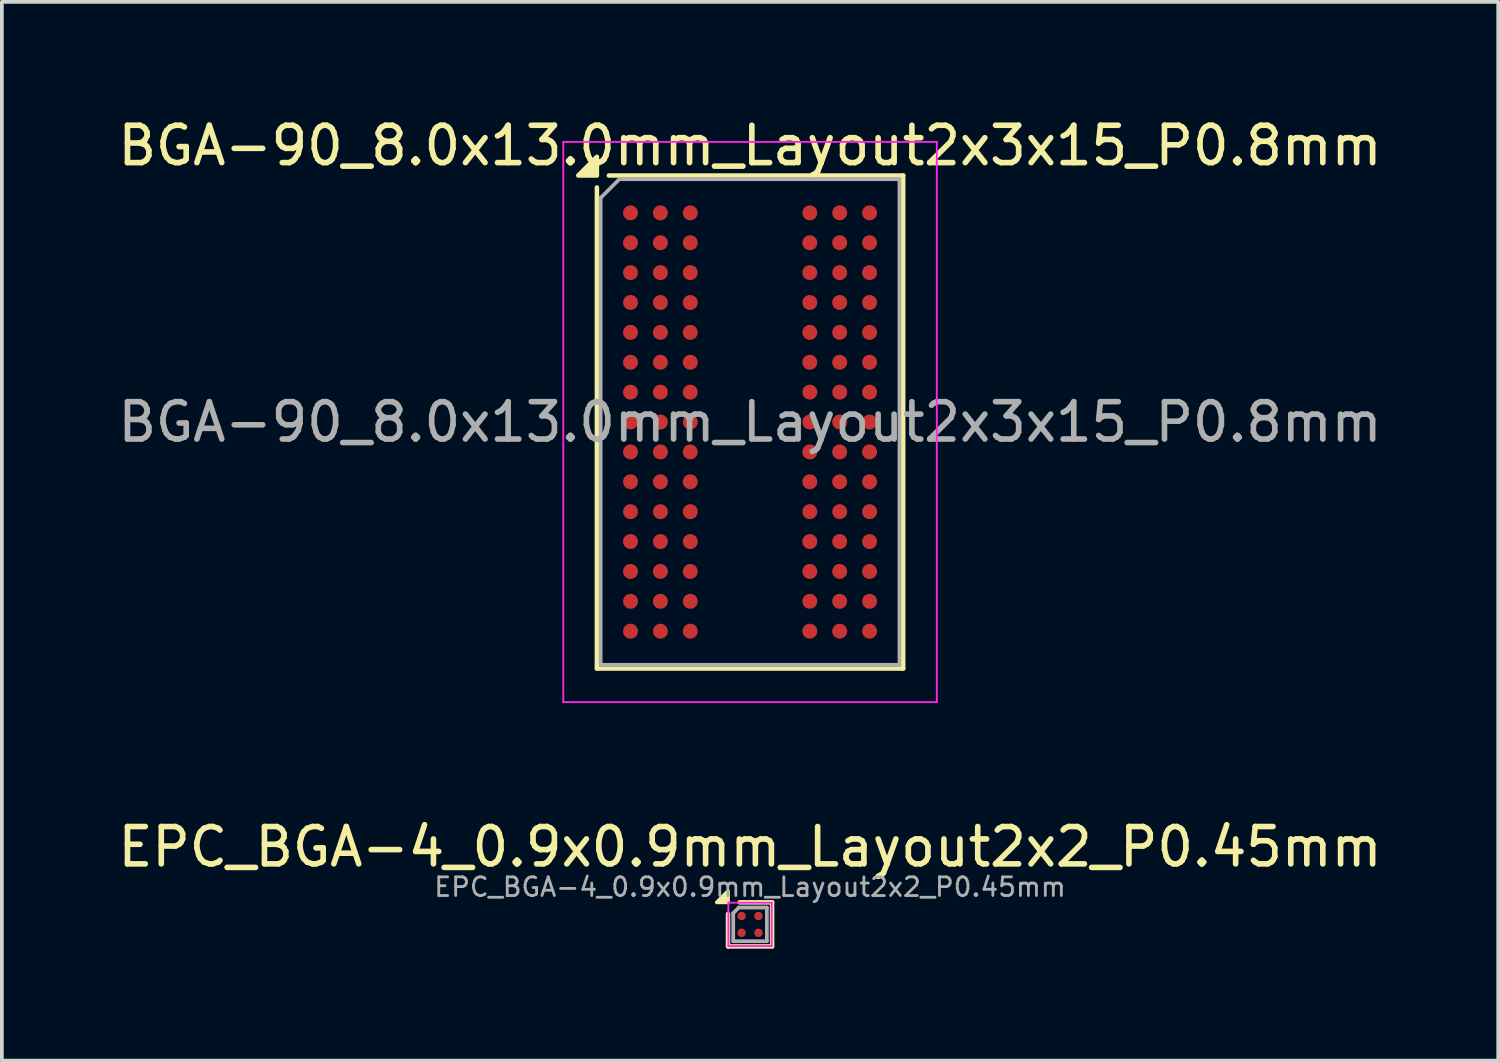
<source format=kicad_pcb>
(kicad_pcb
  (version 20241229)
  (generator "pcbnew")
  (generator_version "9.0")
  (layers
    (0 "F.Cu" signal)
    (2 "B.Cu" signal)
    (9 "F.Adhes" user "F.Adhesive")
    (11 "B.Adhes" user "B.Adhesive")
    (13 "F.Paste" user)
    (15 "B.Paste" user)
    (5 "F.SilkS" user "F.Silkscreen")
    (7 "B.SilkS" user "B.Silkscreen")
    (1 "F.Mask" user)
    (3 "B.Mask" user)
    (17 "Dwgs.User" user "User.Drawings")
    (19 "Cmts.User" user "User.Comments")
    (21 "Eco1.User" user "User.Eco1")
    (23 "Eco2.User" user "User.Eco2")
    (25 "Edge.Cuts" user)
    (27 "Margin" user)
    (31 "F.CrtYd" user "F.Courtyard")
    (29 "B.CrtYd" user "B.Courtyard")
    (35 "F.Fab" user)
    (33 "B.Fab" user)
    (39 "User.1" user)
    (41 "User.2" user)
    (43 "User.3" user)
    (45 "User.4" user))
  (footprint "BGA-90_8.0x13.0mm_Layout2x3x15_P0.8mm"
    (layer "F.Cu")
    (at 17.03 8.248)
    (property "Reference" "BGA-90_8.0x13.0mm_Layout2x3x15_P0.8mm" (at 0 -7.4 0) (layer "F.SilkS") (effects (font (size 1 1) (thickness 0.15))))
    (attr smd)
    (fp_line (start -4.1 -6.28) (end -4.1 6.6) (stroke (width 0.12) (type solid)) (layer "F.SilkS"))
    (fp_line (start -4.1 6.6) (end 4.1 6.6) (stroke (width 0.12) (type solid)) (layer "F.SilkS"))
    (fp_line (start 4.1 -6.6) (end -3.78 -6.6) (stroke (width 0.12) (type solid)) (layer "F.SilkS"))
    (fp_line (start 4.1 6.6) (end 4.1 -6.6) (stroke (width 0.12) (type solid)) (layer "F.SilkS"))
    (fp_poly (pts (xy -4.1 -6.6) (xy -4.6 -6.6) (xy -4.1 -7.1) (xy -4.1 -6.6)) (stroke (width 0.12) (type solid)) (fill yes) (layer "F.SilkS"))
    (fp_line (start -5 -7.5) (end -5 7.5) (stroke (width 0.05) (type solid)) (layer "F.CrtYd"))
    (fp_line (start -5 -7.5) (end 5 -7.5) (stroke (width 0.05) (type solid)) (layer "F.CrtYd"))
    (fp_line (start 5 7.5) (end -5 7.5) (stroke (width 0.05) (type solid)) (layer "F.CrtYd"))
    (fp_line (start 5 7.5) (end 5 -7.5) (stroke (width 0.05) (type solid)) (layer "F.CrtYd"))
    (fp_line (start -4 -6) (end -4 6.5) (stroke (width 0.1) (type solid)) (layer "F.Fab"))
    (fp_line (start -4 6.5) (end 4 6.5) (stroke (width 0.1) (type solid)) (layer "F.Fab"))
    (fp_line (start -3.5 -6.5) (end -4 -6) (stroke (width 0.1) (type solid)) (layer "F.Fab"))
    (fp_line (start 4 -6.5) (end -3.5 -6.5) (stroke (width 0.1) (type solid)) (layer "F.Fab"))
    (fp_line (start 4 6.5) (end 4 -6.5) (stroke (width 0.1) (type solid)) (layer "F.Fab"))
    (fp_text user "${REFERENCE}" (at 0 0 0) (layer "F.Fab") (effects (font (size 1 1) (thickness 0.15))))
    (pad "A1" smd circle (at -3.2 -5.6) (size 0.4 0.4) (property pad_prop_bga) (layers "F.Cu" "F.Mask" "F.Paste"))
    (pad "A2" smd circle (at -2.4 -5.6) (size 0.4 0.4) (property pad_prop_bga) (layers "F.Cu" "F.Mask" "F.Paste"))
    (pad "A3" smd circle (at -1.6 -5.6) (size 0.4 0.4) (property pad_prop_bga) (layers "F.Cu" "F.Mask" "F.Paste"))
    (pad "A7" smd circle (at 1.6 -5.6) (size 0.4 0.4) (property pad_prop_bga) (layers "F.Cu" "F.Mask" "F.Paste"))
    (pad "A8" smd circle (at 2.4 -5.6) (size 0.4 0.4) (property pad_prop_bga) (layers "F.Cu" "F.Mask" "F.Paste"))
    (pad "A9" smd circle (at 3.2 -5.6) (size 0.4 0.4) (property pad_prop_bga) (layers "F.Cu" "F.Mask" "F.Paste"))
    (pad "B1" smd circle (at -3.2 -4.8) (size 0.4 0.4) (property pad_prop_bga) (layers "F.Cu" "F.Mask" "F.Paste"))
    (pad "B2" smd circle (at -2.4 -4.8) (size 0.4 0.4) (property pad_prop_bga) (layers "F.Cu" "F.Mask" "F.Paste"))
    (pad "B3" smd circle (at -1.6 -4.8) (size 0.4 0.4) (property pad_prop_bga) (layers "F.Cu" "F.Mask" "F.Paste"))
    (pad "B7" smd circle (at 1.6 -4.8) (size 0.4 0.4) (property pad_prop_bga) (layers "F.Cu" "F.Mask" "F.Paste"))
    (pad "B8" smd circle (at 2.4 -4.8) (size 0.4 0.4) (property pad_prop_bga) (layers "F.Cu" "F.Mask" "F.Paste"))
    (pad "B9" smd circle (at 3.2 -4.8) (size 0.4 0.4) (property pad_prop_bga) (layers "F.Cu" "F.Mask" "F.Paste"))
    (pad "C1" smd circle (at -3.2 -4) (size 0.4 0.4) (property pad_prop_bga) (layers "F.Cu" "F.Mask" "F.Paste"))
    (pad "C2" smd circle (at -2.4 -4) (size 0.4 0.4) (property pad_prop_bga) (layers "F.Cu" "F.Mask" "F.Paste"))
    (pad "C3" smd circle (at -1.6 -4) (size 0.4 0.4) (property pad_prop_bga) (layers "F.Cu" "F.Mask" "F.Paste"))
    (pad "C7" smd circle (at 1.6 -4) (size 0.4 0.4) (property pad_prop_bga) (layers "F.Cu" "F.Mask" "F.Paste"))
    (pad "C8" smd circle (at 2.4 -4) (size 0.4 0.4) (property pad_prop_bga) (layers "F.Cu" "F.Mask" "F.Paste"))
    (pad "C9" smd circle (at 3.2 -4) (size 0.4 0.4) (property pad_prop_bga) (layers "F.Cu" "F.Mask" "F.Paste"))
    (pad "D1" smd circle (at -3.2 -3.2) (size 0.4 0.4) (property pad_prop_bga) (layers "F.Cu" "F.Mask" "F.Paste"))
    (pad "D2" smd circle (at -2.4 -3.2) (size 0.4 0.4) (property pad_prop_bga) (layers "F.Cu" "F.Mask" "F.Paste"))
    (pad "D3" smd circle (at -1.6 -3.2) (size 0.4 0.4) (property pad_prop_bga) (layers "F.Cu" "F.Mask" "F.Paste"))
    (pad "D7" smd circle (at 1.6 -3.2) (size 0.4 0.4) (property pad_prop_bga) (layers "F.Cu" "F.Mask" "F.Paste"))
    (pad "D8" smd circle (at 2.4 -3.2) (size 0.4 0.4) (property pad_prop_bga) (layers "F.Cu" "F.Mask" "F.Paste"))
    (pad "D9" smd circle (at 3.2 -3.2) (size 0.4 0.4) (property pad_prop_bga) (layers "F.Cu" "F.Mask" "F.Paste"))
    (pad "E1" smd circle (at -3.2 -2.4) (size 0.4 0.4) (property pad_prop_bga) (layers "F.Cu" "F.Mask" "F.Paste"))
    (pad "E2" smd circle (at -2.4 -2.4) (size 0.4 0.4) (property pad_prop_bga) (layers "F.Cu" "F.Mask" "F.Paste"))
    (pad "E3" smd circle (at -1.6 -2.4) (size 0.4 0.4) (property pad_prop_bga) (layers "F.Cu" "F.Mask" "F.Paste"))
    (pad "E7" smd circle (at 1.6 -2.4) (size 0.4 0.4) (property pad_prop_bga) (layers "F.Cu" "F.Mask" "F.Paste"))
    (pad "E8" smd circle (at 2.4 -2.4) (size 0.4 0.4) (property pad_prop_bga) (layers "F.Cu" "F.Mask" "F.Paste"))
    (pad "E9" smd circle (at 3.2 -2.4) (size 0.4 0.4) (property pad_prop_bga) (layers "F.Cu" "F.Mask" "F.Paste"))
    (pad "F1" smd circle (at -3.2 -1.6) (size 0.4 0.4) (property pad_prop_bga) (layers "F.Cu" "F.Mask" "F.Paste"))
    (pad "F2" smd circle (at -2.4 -1.6) (size 0.4 0.4) (property pad_prop_bga) (layers "F.Cu" "F.Mask" "F.Paste"))
    (pad "F3" smd circle (at -1.6 -1.6) (size 0.4 0.4) (property pad_prop_bga) (layers "F.Cu" "F.Mask" "F.Paste"))
    (pad "F7" smd circle (at 1.6 -1.6) (size 0.4 0.4) (property pad_prop_bga) (layers "F.Cu" "F.Mask" "F.Paste"))
    (pad "F8" smd circle (at 2.4 -1.6) (size 0.4 0.4) (property pad_prop_bga) (layers "F.Cu" "F.Mask" "F.Paste"))
    (pad "F9" smd circle (at 3.2 -1.6) (size 0.4 0.4) (property pad_prop_bga) (layers "F.Cu" "F.Mask" "F.Paste"))
    (pad "G1" smd circle (at -3.2 -0.8) (size 0.4 0.4) (property pad_prop_bga) (layers "F.Cu" "F.Mask" "F.Paste"))
    (pad "G2" smd circle (at -2.4 -0.8) (size 0.4 0.4) (property pad_prop_bga) (layers "F.Cu" "F.Mask" "F.Paste"))
    (pad "G3" smd circle (at -1.6 -0.8) (size 0.4 0.4) (property pad_prop_bga) (layers "F.Cu" "F.Mask" "F.Paste"))
    (pad "G7" smd circle (at 1.6 -0.8) (size 0.4 0.4) (property pad_prop_bga) (layers "F.Cu" "F.Mask" "F.Paste"))
    (pad "G8" smd circle (at 2.4 -0.8) (size 0.4 0.4) (property pad_prop_bga) (layers "F.Cu" "F.Mask" "F.Paste"))
    (pad "G9" smd circle (at 3.2 -0.8) (size 0.4 0.4) (property pad_prop_bga) (layers "F.Cu" "F.Mask" "F.Paste"))
    (pad "H1" smd circle (at -3.2 0) (size 0.4 0.4) (property pad_prop_bga) (layers "F.Cu" "F.Mask" "F.Paste"))
    (pad "H2" smd circle (at -2.4 0) (size 0.4 0.4) (property pad_prop_bga) (layers "F.Cu" "F.Mask" "F.Paste"))
    (pad "H3" smd circle (at -1.6 0) (size 0.4 0.4) (property pad_prop_bga) (layers "F.Cu" "F.Mask" "F.Paste"))
    (pad "H7" smd circle (at 1.6 0) (size 0.4 0.4) (property pad_prop_bga) (layers "F.Cu" "F.Mask" "F.Paste"))
    (pad "H8" smd circle (at 2.4 0) (size 0.4 0.4) (property pad_prop_bga) (layers "F.Cu" "F.Mask" "F.Paste"))
    (pad "H9" smd circle (at 3.2 0) (size 0.4 0.4) (property pad_prop_bga) (layers "F.Cu" "F.Mask" "F.Paste"))
    (pad "J1" smd circle (at -3.2 0.8) (size 0.4 0.4) (property pad_prop_bga) (layers "F.Cu" "F.Mask" "F.Paste"))
    (pad "J2" smd circle (at -2.4 0.8) (size 0.4 0.4) (property pad_prop_bga) (layers "F.Cu" "F.Mask" "F.Paste"))
    (pad "J3" smd circle (at -1.6 0.8) (size 0.4 0.4) (property pad_prop_bga) (layers "F.Cu" "F.Mask" "F.Paste"))
    (pad "J7" smd circle (at 1.6 0.8) (size 0.4 0.4) (property pad_prop_bga) (layers "F.Cu" "F.Mask" "F.Paste"))
    (pad "J8" smd circle (at 2.4 0.8) (size 0.4 0.4) (property pad_prop_bga) (layers "F.Cu" "F.Mask" "F.Paste"))
    (pad "J9" smd circle (at 3.2 0.8) (size 0.4 0.4) (property pad_prop_bga) (layers "F.Cu" "F.Mask" "F.Paste"))
    (pad "K1" smd circle (at -3.2 1.6) (size 0.4 0.4) (property pad_prop_bga) (layers "F.Cu" "F.Mask" "F.Paste"))
    (pad "K2" smd circle (at -2.4 1.6) (size 0.4 0.4) (property pad_prop_bga) (layers "F.Cu" "F.Mask" "F.Paste"))
    (pad "K3" smd circle (at -1.6 1.6) (size 0.4 0.4) (property pad_prop_bga) (layers "F.Cu" "F.Mask" "F.Paste"))
    (pad "K7" smd circle (at 1.6 1.6) (size 0.4 0.4) (property pad_prop_bga) (layers "F.Cu" "F.Mask" "F.Paste"))
    (pad "K8" smd circle (at 2.4 1.6) (size 0.4 0.4) (property pad_prop_bga) (layers "F.Cu" "F.Mask" "F.Paste"))
    (pad "K9" smd circle (at 3.2 1.6) (size 0.4 0.4) (property pad_prop_bga) (layers "F.Cu" "F.Mask" "F.Paste"))
    (pad "L1" smd circle (at -3.2 2.4) (size 0.4 0.4) (property pad_prop_bga) (layers "F.Cu" "F.Mask" "F.Paste"))
    (pad "L2" smd circle (at -2.4 2.4) (size 0.4 0.4) (property pad_prop_bga) (layers "F.Cu" "F.Mask" "F.Paste"))
    (pad "L3" smd circle (at -1.6 2.4) (size 0.4 0.4) (property pad_prop_bga) (layers "F.Cu" "F.Mask" "F.Paste"))
    (pad "L7" smd circle (at 1.6 2.4) (size 0.4 0.4) (property pad_prop_bga) (layers "F.Cu" "F.Mask" "F.Paste"))
    (pad "L8" smd circle (at 2.4 2.4) (size 0.4 0.4) (property pad_prop_bga) (layers "F.Cu" "F.Mask" "F.Paste"))
    (pad "L9" smd circle (at 3.2 2.4) (size 0.4 0.4) (property pad_prop_bga) (layers "F.Cu" "F.Mask" "F.Paste"))
    (pad "M1" smd circle (at -3.2 3.2) (size 0.4 0.4) (property pad_prop_bga) (layers "F.Cu" "F.Mask" "F.Paste"))
    (pad "M2" smd circle (at -2.4 3.2) (size 0.4 0.4) (property pad_prop_bga) (layers "F.Cu" "F.Mask" "F.Paste"))
    (pad "M3" smd circle (at -1.6 3.2) (size 0.4 0.4) (property pad_prop_bga) (layers "F.Cu" "F.Mask" "F.Paste"))
    (pad "M7" smd circle (at 1.6 3.2) (size 0.4 0.4) (property pad_prop_bga) (layers "F.Cu" "F.Mask" "F.Paste"))
    (pad "M8" smd circle (at 2.4 3.2) (size 0.4 0.4) (property pad_prop_bga) (layers "F.Cu" "F.Mask" "F.Paste"))
    (pad "M9" smd circle (at 3.2 3.2) (size 0.4 0.4) (property pad_prop_bga) (layers "F.Cu" "F.Mask" "F.Paste"))
    (pad "N1" smd circle (at -3.2 4) (size 0.4 0.4) (property pad_prop_bga) (layers "F.Cu" "F.Mask" "F.Paste"))
    (pad "N2" smd circle (at -2.4 4) (size 0.4 0.4) (property pad_prop_bga) (layers "F.Cu" "F.Mask" "F.Paste"))
    (pad "N3" smd circle (at -1.6 4) (size 0.4 0.4) (property pad_prop_bga) (layers "F.Cu" "F.Mask" "F.Paste"))
    (pad "N7" smd circle (at 1.6 4) (size 0.4 0.4) (property pad_prop_bga) (layers "F.Cu" "F.Mask" "F.Paste"))
    (pad "N8" smd circle (at 2.4 4) (size 0.4 0.4) (property pad_prop_bga) (layers "F.Cu" "F.Mask" "F.Paste"))
    (pad "N9" smd circle (at 3.2 4) (size 0.4 0.4) (property pad_prop_bga) (layers "F.Cu" "F.Mask" "F.Paste"))
    (pad "P1" smd circle (at -3.2 4.8) (size 0.4 0.4) (property pad_prop_bga) (layers "F.Cu" "F.Mask" "F.Paste"))
    (pad "P2" smd circle (at -2.4 4.8) (size 0.4 0.4) (property pad_prop_bga) (layers "F.Cu" "F.Mask" "F.Paste"))
    (pad "P3" smd circle (at -1.6 4.8) (size 0.4 0.4) (property pad_prop_bga) (layers "F.Cu" "F.Mask" "F.Paste"))
    (pad "P7" smd circle (at 1.6 4.8) (size 0.4 0.4) (property pad_prop_bga) (layers "F.Cu" "F.Mask" "F.Paste"))
    (pad "P8" smd circle (at 2.4 4.8) (size 0.4 0.4) (property pad_prop_bga) (layers "F.Cu" "F.Mask" "F.Paste"))
    (pad "P9" smd circle (at 3.2 4.8) (size 0.4 0.4) (property pad_prop_bga) (layers "F.Cu" "F.Mask" "F.Paste"))
    (pad "R1" smd circle (at -3.2 5.6) (size 0.4 0.4) (property pad_prop_bga) (layers "F.Cu" "F.Mask" "F.Paste"))
    (pad "R2" smd circle (at -2.4 5.6) (size 0.4 0.4) (property pad_prop_bga) (layers "F.Cu" "F.Mask" "F.Paste"))
    (pad "R3" smd circle (at -1.6 5.6) (size 0.4 0.4) (property pad_prop_bga) (layers "F.Cu" "F.Mask" "F.Paste"))
    (pad "R7" smd circle (at 1.6 5.6) (size 0.4 0.4) (property pad_prop_bga) (layers "F.Cu" "F.Mask" "F.Paste"))
    (pad "R8" smd circle (at 2.4 5.6) (size 0.4 0.4) (property pad_prop_bga) (layers "F.Cu" "F.Mask" "F.Paste"))
    (pad "R9" smd circle (at 3.2 5.6) (size 0.4 0.4) (property pad_prop_bga) (layers "F.Cu" "F.Mask" "F.Paste")))
  (footprint "EPC_BGA-4_0.9x0.9mm_Layout2x2_P0.45mm"
    (layer "F.Cu")
    (at 17.03 21.697)
    (property "Reference" "EPC_BGA-4_0.9x0.9mm_Layout2x2_P0.45mm" (at 0 -2.075 0) (layer "F.SilkS") (effects (font (size 1 1) (thickness 0.15))))
    (attr smd)
    (fp_line (start -0.59 0.59) (end -0.59 -0.28) (stroke (width 0.12) (type default)) (layer "F.SilkS"))
    (fp_line (start -0.28 -0.59) (end 0.59 -0.59) (stroke (width 0.12) (type default)) (layer "F.SilkS"))
    (fp_line (start 0.59 -0.59) (end 0.59 0.59) (stroke (width 0.12) (type default)) (layer "F.SilkS"))
    (fp_line (start 0.59 0.59) (end -0.59 0.59) (stroke (width 0.12) (type default)) (layer "F.SilkS"))
    (fp_poly (pts (xy -0.89 -0.59) (xy -0.59 -0.89) (xy -0.59 -0.59)) (stroke (width 0.1) (type solid)) (fill yes) (layer "F.SilkS"))
    (fp_line (start -0.58 -0.58) (end 0.58 -0.58) (stroke (width 0.05) (type default)) (layer "F.CrtYd"))
    (fp_line (start -0.58 0.58) (end -0.58 -0.58) (stroke (width 0.05) (type default)) (layer "F.CrtYd"))
    (fp_line (start -0.58 0.58) (end 0.58 0.58) (stroke (width 0.05) (type default)) (layer "F.CrtYd"))
    (fp_line (start 0.58 -0.58) (end 0.58 0.58) (stroke (width 0.05) (type default)) (layer "F.CrtYd"))
    (fp_line (start -0.45 0.45) (end -0.45 -0.3) (stroke (width 0.1) (type default)) (layer "F.Fab"))
    (fp_line (start -0.3 -0.45) (end -0.45 -0.3) (stroke (width 0.1) (type default)) (layer "F.Fab"))
    (fp_line (start -0.3 -0.45) (end 0.45 -0.45) (stroke (width 0.1) (type default)) (layer "F.Fab"))
    (fp_line (start 0.45 -0.45) (end 0.45 0.45) (stroke (width 0.1) (type default)) (layer "F.Fab"))
    (fp_line (start 0.45 0.45) (end -0.45 0.45) (stroke (width 0.1) (type default)) (layer "F.Fab"))
    (fp_text user "${REFERENCE}" (at 0 -1 0) (unlocked yes) (layer "F.Fab") (effects (font (size 0.5 0.5) (thickness 0.075))))
    (pad "" smd roundrect (at -0.225 -0.225) (size 0.25 0.25) (layers "F.Paste") (roundrect_rratio 0.288))
    (pad "" smd roundrect (at -0.225 0.225) (size 0.25 0.25) (layers "F.Paste") (roundrect_rratio 0.288))
    (pad "" smd roundrect (at 0.225 -0.225) (size 0.25 0.25) (layers "F.Paste") (roundrect_rratio 0.288))
    (pad "" smd roundrect (at 0.225 0.225) (size 0.25 0.25) (layers "F.Paste") (roundrect_rratio 0.288))
    (pad "1" smd circle (at -0.225 -0.225) (size 0.225 0.225) (property pad_prop_bga) (layers "F.Cu" "F.Mask"))
    (pad "2" smd circle (at -0.225 0.225) (size 0.225 0.225) (property pad_prop_bga) (layers "F.Cu" "F.Mask"))
    (pad "3" smd circle (at 0.225 -0.225) (size 0.225 0.225) (property pad_prop_bga) (layers "F.Cu" "F.Mask"))
    (pad "4" smd circle (at 0.225 0.225) (size 0.225 0.225) (property pad_prop_bga) (layers "F.Cu" "F.Mask")))
  (gr_rect
    (start -3 -3)
    (end 37.06 25.346)
    (stroke (width 0.1) (type default))
    (fill no)
    (layer "Edge.Cuts")))
</source>
